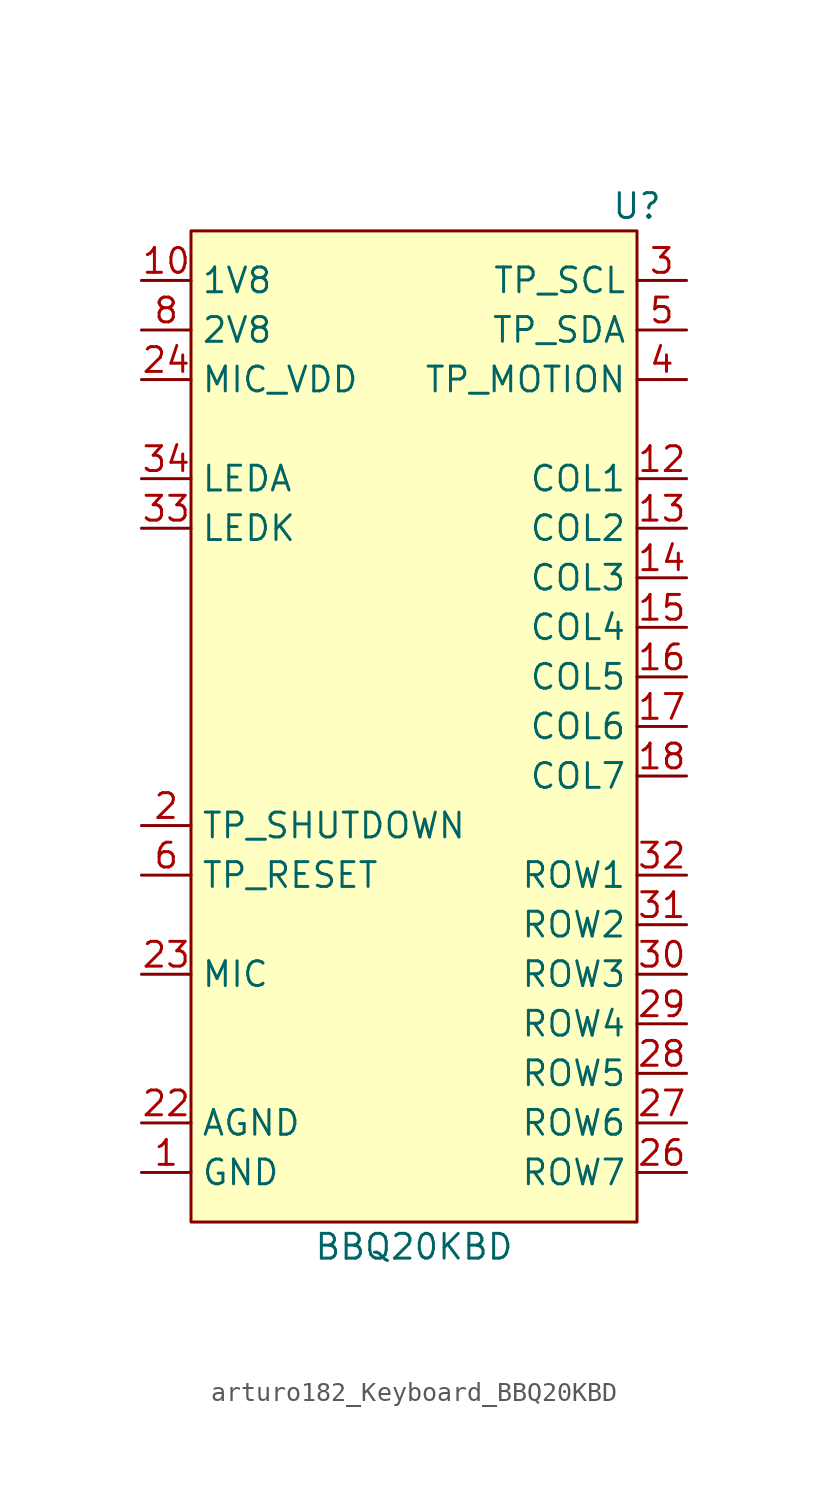
<source format=kicad_sym>
(kicad_symbol_lib
  (version 20220914)
  (generator kicad_symbol_editor)
  (symbol "Keyboard:arturo182_Keyboard_BBQ20KBD"
    (property "Reference" "U"
      (at 11.43 24.13 0)
      (effects (font (size 1.27 1.27))))
    (property "Value" "BBQ20KBD"
      (at 0 -29.21 0)
      (effects (font (size 1.27 1.27))))
    (symbol "arturo182_Keyboard_BBQ20KBD_0_0"
      (pin power_in line (at -13.97 -25.4 0) (length 2.54) (name "GND" (effects (font (size 1.27 1.27)))) (number "1" (effects (font (size 1.27 1.27)))))
      (pin power_in line (at -13.97 20.32 0) (length 2.54) (name "1V8" (effects (font (size 1.27 1.27)))) (number "10" (effects (font (size 1.27 1.27)))))
      (pin passive line (at -13.97 -25.4 0) (length 2.54) hide (name "GND" (effects (font (size 1.27 1.27)))) (number "11" (effects (font (size 1.27 1.27)))))
      (pin input line (at 13.97 10.16 180) (length 2.54) (name "COL1" (effects (font (size 1.27 1.27)))) (number "12" (effects (font (size 1.27 1.27)))))
      (pin input line (at 13.97 7.62 180) (length 2.54) (name "COL2" (effects (font (size 1.27 1.27)))) (number "13" (effects (font (size 1.27 1.27)))))
      (pin input line (at 13.97 5.08 180) (length 2.54) (name "COL3" (effects (font (size 1.27 1.27)))) (number "14" (effects (font (size 1.27 1.27)))))
      (pin input line (at 13.97 2.54 180) (length 2.54) (name "COL4" (effects (font (size 1.27 1.27)))) (number "15" (effects (font (size 1.27 1.27)))))
      (pin input line (at 13.97 0 180) (length 2.54) (name "COL5" (effects (font (size 1.27 1.27)))) (number "16" (effects (font (size 1.27 1.27)))))
      (pin input line (at 13.97 -2.54 180) (length 2.54) (name "COL6" (effects (font (size 1.27 1.27)))) (number "17" (effects (font (size 1.27 1.27)))))
      (pin input line (at 13.97 -5.08 180) (length 2.54) (name "COL7" (effects (font (size 1.27 1.27)))) (number "18" (effects (font (size 1.27 1.27)))))
      (pin passive line (at -13.97 -25.4 0) (length 2.54) hide (name "GND" (effects (font (size 1.27 1.27)))) (number "19" (effects (font (size 1.27 1.27)))))
      (pin input line (at -13.97 -7.62 0) (length 2.54) (name "TP_SHUTDOWN" (effects (font (size 1.27 1.27)))) (number "2" (effects (font (size 1.27 1.27)))))
      (pin passive line (at -13.97 -25.4 0) (length 2.54) hide (name "GND" (effects (font (size 1.27 1.27)))) (number "20" (effects (font (size 1.27 1.27)))))
      (pin passive line (at -13.97 -25.4 0) (length 2.54) hide (name "GND" (effects (font (size 1.27 1.27)))) (number "21" (effects (font (size 1.27 1.27)))))
      (pin power_in line (at -13.97 -22.86 0) (length 2.54) (name "AGND" (effects (font (size 1.27 1.27)))) (number "22" (effects (font (size 1.27 1.27)))))
      (pin output line (at -13.97 -15.24 0) (length 2.54) (name "MIC" (effects (font (size 1.27 1.27)))) (number "23" (effects (font (size 1.27 1.27)))))
      (pin input line (at -13.97 15.24 0) (length 2.54) (name "MIC_VDD" (effects (font (size 1.27 1.27)))) (number "24" (effects (font (size 1.27 1.27)))))
      (pin passive line (at -13.97 -25.4 0) (length 2.54) hide (name "GND" (effects (font (size 1.27 1.27)))) (number "25" (effects (font (size 1.27 1.27)))))
      (pin input line (at 13.97 -25.4 180) (length 2.54) (name "ROW7" (effects (font (size 1.27 1.27)))) (number "26" (effects (font (size 1.27 1.27)))))
      (pin input line (at 13.97 -22.86 180) (length 2.54) (name "ROW6" (effects (font (size 1.27 1.27)))) (number "27" (effects (font (size 1.27 1.27)))))
      (pin input line (at 13.97 -20.32 180) (length 2.54) (name "ROW5" (effects (font (size 1.27 1.27)))) (number "28" (effects (font (size 1.27 1.27)))))
      (pin input line (at 13.97 -17.78 180) (length 2.54) (name "ROW4" (effects (font (size 1.27 1.27)))) (number "29" (effects (font (size 1.27 1.27)))))
      (pin input line (at 13.97 20.32 180) (length 2.54) (name "TP_SCL" (effects (font (size 1.27 1.27)))) (number "3" (effects (font (size 1.27 1.27)))))
      (pin input line (at 13.97 -15.24 180) (length 2.54) (name "ROW3" (effects (font (size 1.27 1.27)))) (number "30" (effects (font (size 1.27 1.27)))))
      (pin input line (at 13.97 -12.7 180) (length 2.54) (name "ROW2" (effects (font (size 1.27 1.27)))) (number "31" (effects (font (size 1.27 1.27)))))
      (pin input line (at 13.97 -10.16 180) (length 2.54) (name "ROW1" (effects (font (size 1.27 1.27)))) (number "32" (effects (font (size 1.27 1.27)))))
      (pin input line (at -13.97 7.62 0) (length 2.54) (name "LEDK" (effects (font (size 1.27 1.27)))) (number "33" (effects (font (size 1.27 1.27)))))
      (pin power_in line (at -13.97 10.16 0) (length 2.54) (name "LEDA" (effects (font (size 1.27 1.27)))) (number "34" (effects (font (size 1.27 1.27)))))
      (pin passive line (at -13.97 7.62 0) (length 2.54) hide (name "LEDK" (effects (font (size 1.27 1.27)))) (number "35" (effects (font (size 1.27 1.27)))))
      (pin passive line (at -13.97 10.16 0) (length 2.54) hide (name "LEDA" (effects (font (size 1.27 1.27)))) (number "36" (effects (font (size 1.27 1.27)))))
      (pin passive line (at -13.97 7.62 0) (length 2.54) hide (name "LEDK" (effects (font (size 1.27 1.27)))) (number "37" (effects (font (size 1.27 1.27)))))
      (pin no_connect line (at 0 -17.78 0) (length 2.54) hide (name "NC" (effects (font (size 1.27 1.27)))) (number "38" (effects (font (size 1.27 1.27)))))
      (pin no_connect line (at 0 -20.32 0) (length 2.54) hide (name "NC" (effects (font (size 1.27 1.27)))) (number "39" (effects (font (size 1.27 1.27)))))
      (pin output line (at 13.97 15.24 180) (length 2.54) (name "TP_MOTION" (effects (font (size 1.27 1.27)))) (number "4" (effects (font (size 1.27 1.27)))))
      (pin passive line (at -13.97 -25.4 0) (length 2.54) hide (name "GND" (effects (font (size 1.27 1.27)))) (number "40" (effects (font (size 1.27 1.27)))))
      (pin bidirectional line (at 13.97 17.78 180) (length 2.54) (name "TP_SDA" (effects (font (size 1.27 1.27)))) (number "5" (effects (font (size 1.27 1.27)))))
      (pin input line (at -13.97 -10.16 0) (length 2.54) (name "TP_RESET" (effects (font (size 1.27 1.27)))) (number "6" (effects (font (size 1.27 1.27)))))
      (pin passive line (at -13.97 -25.4 0) (length 2.54) hide (name "GND" (effects (font (size 1.27 1.27)))) (number "7" (effects (font (size 1.27 1.27)))))
      (pin power_in line (at -13.97 17.78 0) (length 2.54) (name "2V8" (effects (font (size 1.27 1.27)))) (number "8" (effects (font (size 1.27 1.27)))))
      (pin passive line (at -13.97 -25.4 0) (length 2.54) hide (name "GND" (effects (font (size 1.27 1.27)))) (number "9" (effects (font (size 1.27 1.27))))))
    (symbol "arturo182_Keyboard_BBQ20KBD_0_1"
      (rectangle (start -11.43 22.86) (end 11.43 -27.94) (stroke (width 0.152)) (fill (type background))))))
</source>
